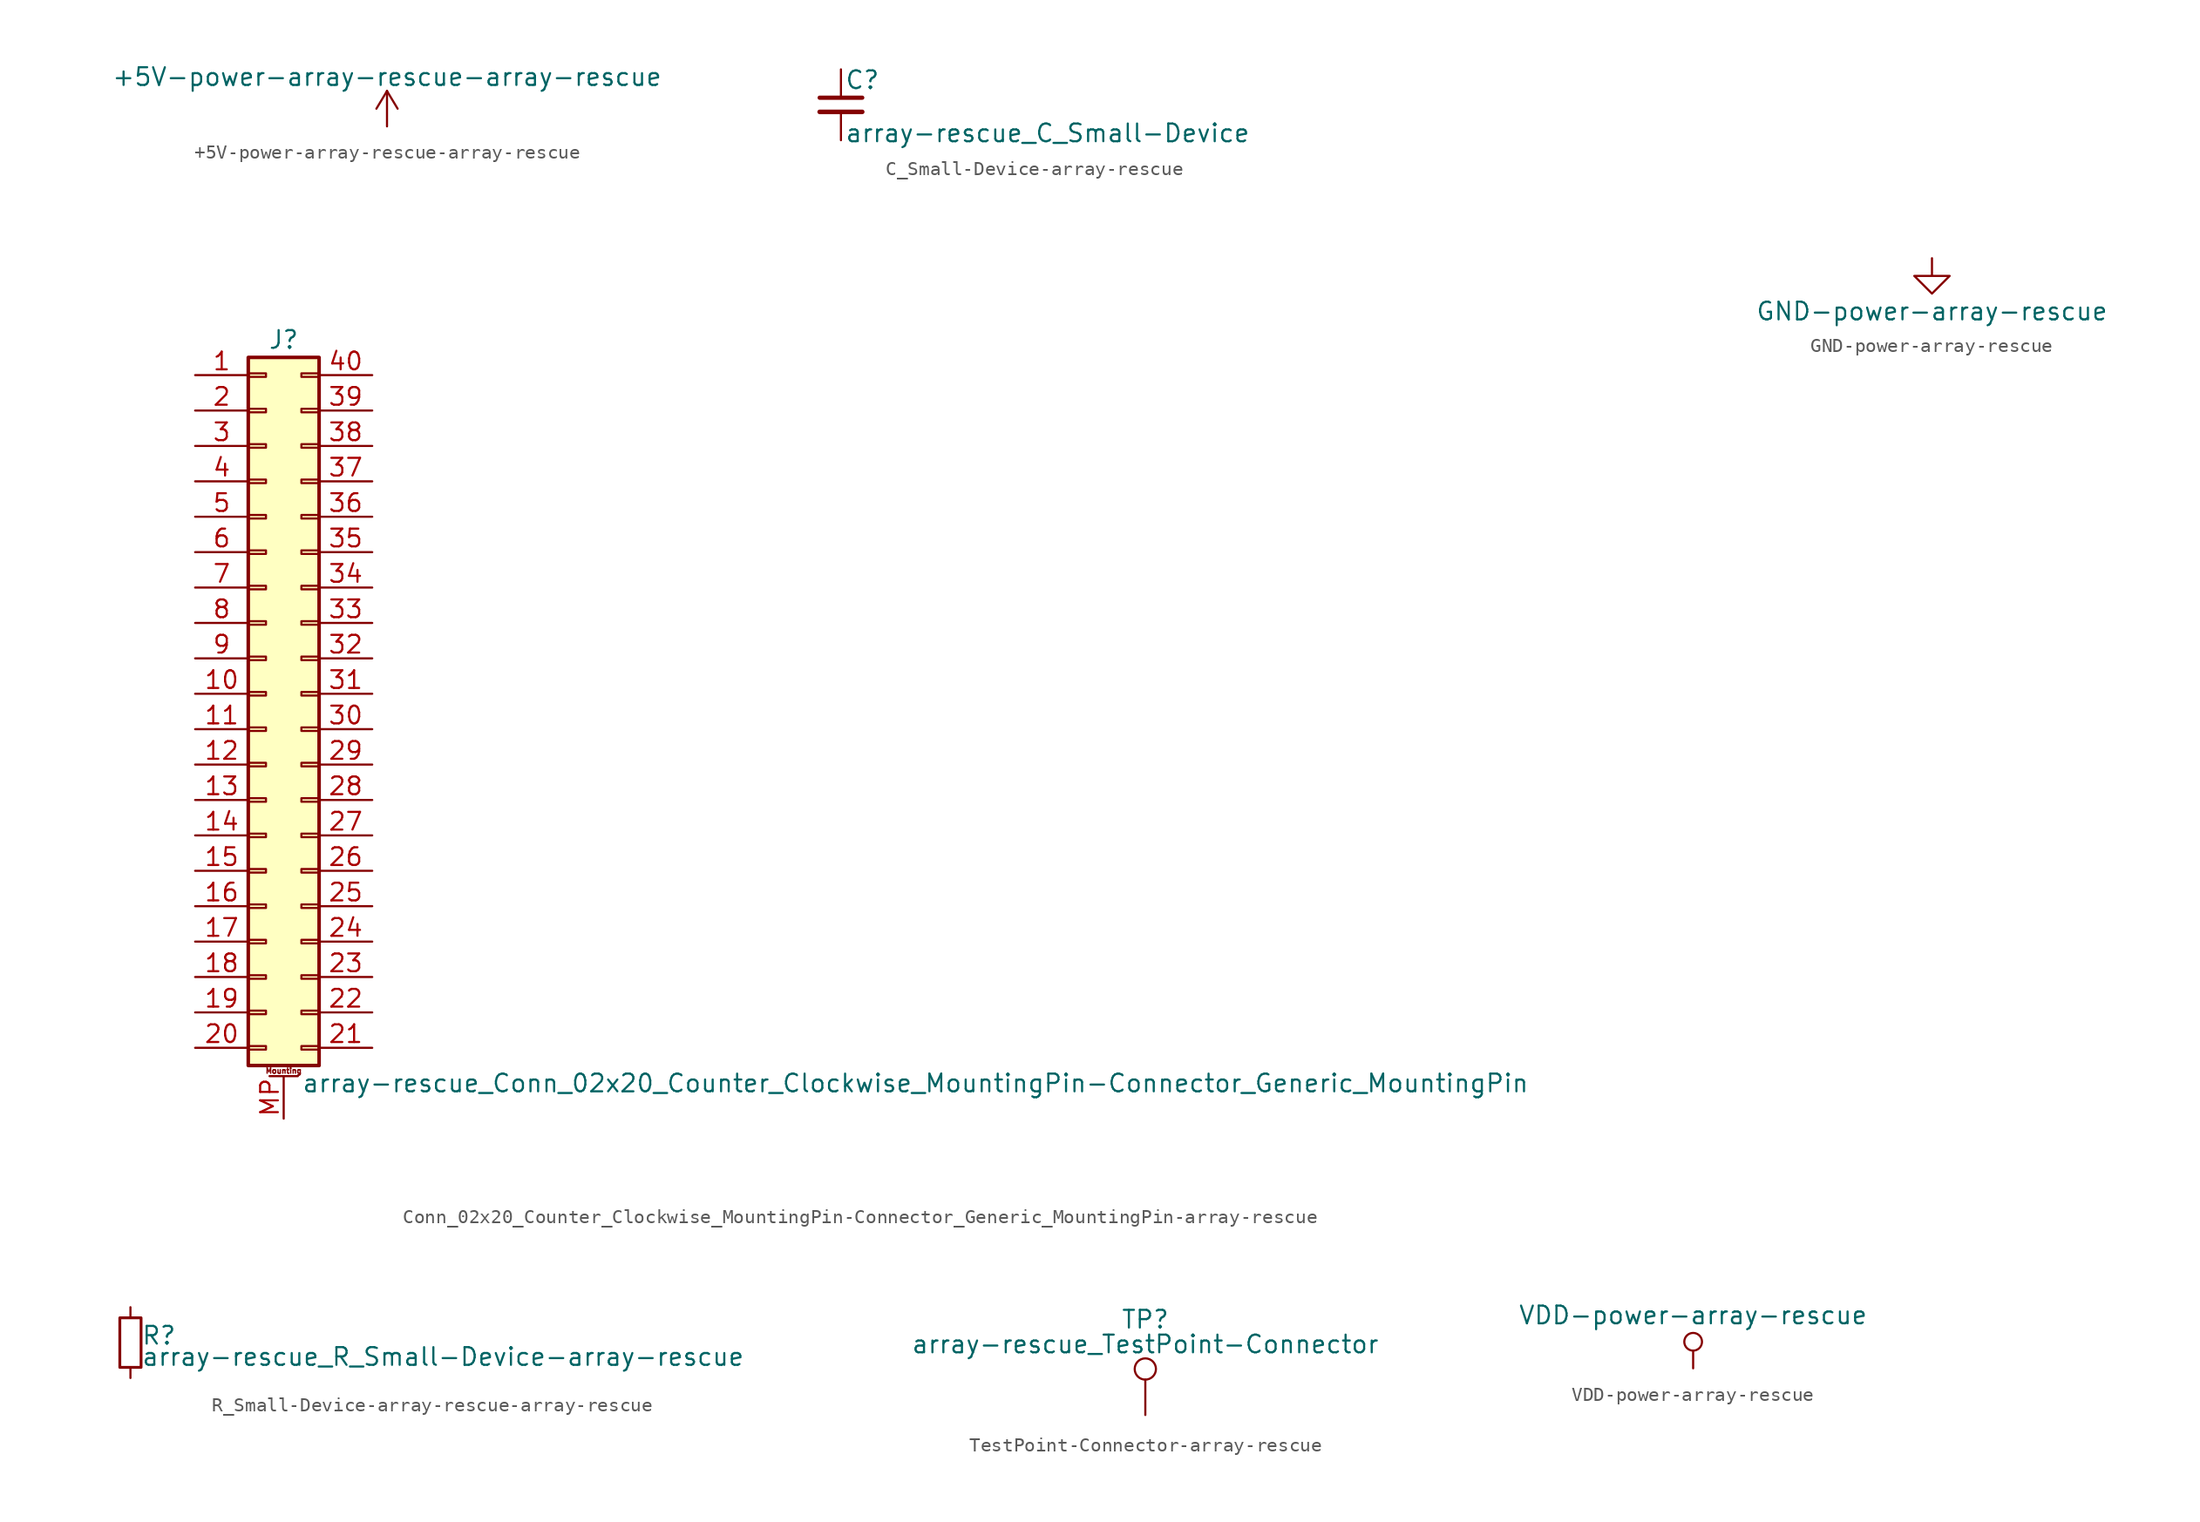
<source format=kicad_sym>
(kicad_symbol_lib
  (version 20220914)
  (generator kicad_symbol_editor)
  (symbol "+5V-power-array-rescue-array-rescue"
    (power)
    (pin_names
      (offset 0))
    (property "Reference" "#PWR"
      (at 0 -3.81 0)
      (effects (font (size 1.27 1.27)) hide))
    (property "Value" "+5V-power-array-rescue-array-rescue"
      (at 0 3.556 0)
      (effects (font (size 1.27 1.27))))
    (symbol "+5V-power-array-rescue-array-rescue_0_1"
      (polyline (pts (xy -0.762 1.27) (xy 0 2.54)) (stroke (width 0) (type solid)) (fill (type none)))
      (polyline (pts (xy 0 0) (xy 0 2.54)) (stroke (width 0) (type solid)) (fill (type none)))
      (polyline (pts (xy 0 2.54) (xy 0.762 1.27)) (stroke (width 0) (type solid)) (fill (type none))))
    (symbol "+5V-power-array-rescue-array-rescue_1_1"
      (pin power_in line (at 0 0 90) (length 0) hide (name "+5V" (effects (font (size 1.27 1.27)))) (number "1" (effects (font (size 1.27 1.27)))))))
  (symbol "C_Small-Device-array-rescue"
    (pin_numbers hide)
    (pin_names
      (offset 0.254) hide)
    (property "Reference" "C"
      (at 0.254 1.778 0)
      (effects (font (size 1.27 1.27)) (justify left)))
    (property "Value" "array-rescue_C_Small-Device"
      (at 0.254 -2.032 0)
      (effects (font (size 1.27 1.27)) (justify left)))
    (symbol "C_Small-Device-array-rescue_0_1"
      (polyline (pts (xy -1.524 -0.508) (xy 1.524 -0.508)) (stroke (width 0.33) (type solid)) (fill (type none)))
      (polyline (pts (xy -1.524 0.508) (xy 1.524 0.508)) (stroke (width 0.305) (type solid)) (fill (type none))))
    (symbol "C_Small-Device-array-rescue_1_1"
      (pin passive line (at 0 2.54 270) (length 2.032) (name "~" (effects (font (size 1.27 1.27)))) (number "1" (effects (font (size 1.27 1.27)))))
      (pin passive line (at 0 -2.54 90) (length 2.032) (name "~" (effects (font (size 1.27 1.27)))) (number "2" (effects (font (size 1.27 1.27)))))))
  (symbol "Conn_02x20_Counter_Clockwise_MountingPin-Connector_Generic_MountingPin-array-rescue"
    (pin_names
      (offset 1.016) hide)
    (property "Reference" "J"
      (at 1.27 25.4 0)
      (effects (font (size 1.27 1.27))))
    (property "Value" "array-rescue_Conn_02x20_Counter_Clockwise_MountingPin-Connector_Generic_MountingPin"
      (at 2.54 -27.94 0)
      (effects (font (size 1.27 1.27)) (justify left)))
    (symbol "Conn_02x20_Counter_Clockwise_MountingPin-Connector_Generic_MountingPin-array-rescue_1_1"
      (rectangle (start -1.27 -25.273) (end 0 -25.527) (stroke (width 0.152) (type solid)) (fill (type none)))
      (rectangle (start -1.27 -22.733) (end 0 -22.987) (stroke (width 0.152) (type solid)) (fill (type none)))
      (rectangle (start -1.27 -20.193) (end 0 -20.447) (stroke (width 0.152) (type solid)) (fill (type none)))
      (rectangle (start -1.27 -17.653) (end 0 -17.907) (stroke (width 0.152) (type solid)) (fill (type none)))
      (rectangle (start -1.27 -15.113) (end 0 -15.367) (stroke (width 0.152) (type solid)) (fill (type none)))
      (rectangle (start -1.27 -12.573) (end 0 -12.827) (stroke (width 0.152) (type solid)) (fill (type none)))
      (rectangle (start -1.27 -10.033) (end 0 -10.287) (stroke (width 0.152) (type solid)) (fill (type none)))
      (rectangle (start -1.27 -7.493) (end 0 -7.747) (stroke (width 0.152) (type solid)) (fill (type none)))
      (rectangle (start -1.27 -4.953) (end 0 -5.207) (stroke (width 0.152) (type solid)) (fill (type none)))
      (rectangle (start -1.27 -2.413) (end 0 -2.667) (stroke (width 0.152) (type solid)) (fill (type none)))
      (rectangle (start -1.27 0.127) (end 0 -0.127) (stroke (width 0.152) (type solid)) (fill (type none)))
      (rectangle (start -1.27 2.667) (end 0 2.413) (stroke (width 0.152) (type solid)) (fill (type none)))
      (rectangle (start -1.27 5.207) (end 0 4.953) (stroke (width 0.152) (type solid)) (fill (type none)))
      (rectangle (start -1.27 7.747) (end 0 7.493) (stroke (width 0.152) (type solid)) (fill (type none)))
      (rectangle (start -1.27 10.287) (end 0 10.033) (stroke (width 0.152) (type solid)) (fill (type none)))
      (rectangle (start -1.27 12.827) (end 0 12.573) (stroke (width 0.152) (type solid)) (fill (type none)))
      (rectangle (start -1.27 15.367) (end 0 15.113) (stroke (width 0.152) (type solid)) (fill (type none)))
      (rectangle (start -1.27 17.907) (end 0 17.653) (stroke (width 0.152) (type solid)) (fill (type none)))
      (rectangle (start -1.27 20.447) (end 0 20.193) (stroke (width 0.152) (type solid)) (fill (type none)))
      (rectangle (start -1.27 22.987) (end 0 22.733) (stroke (width 0.152) (type solid)) (fill (type none)))
      (rectangle (start -1.27 24.13) (end 3.81 -26.67) (stroke (width 0.254) (type solid)) (fill (type background)))
      (polyline (pts (xy 0.254 -27.432) (xy 2.286 -27.432)) (stroke (width 0.152) (type solid)) (fill (type none)))
      (rectangle (start 3.81 -25.273) (end 2.54 -25.527) (stroke (width 0.152) (type solid)) (fill (type none)))
      (rectangle (start 3.81 -22.733) (end 2.54 -22.987) (stroke (width 0.152) (type solid)) (fill (type none)))
      (rectangle (start 3.81 -20.193) (end 2.54 -20.447) (stroke (width 0.152) (type solid)) (fill (type none)))
      (rectangle (start 3.81 -17.653) (end 2.54 -17.907) (stroke (width 0.152) (type solid)) (fill (type none)))
      (rectangle (start 3.81 -15.113) (end 2.54 -15.367) (stroke (width 0.152) (type solid)) (fill (type none)))
      (rectangle (start 3.81 -12.573) (end 2.54 -12.827) (stroke (width 0.152) (type solid)) (fill (type none)))
      (rectangle (start 3.81 -10.033) (end 2.54 -10.287) (stroke (width 0.152) (type solid)) (fill (type none)))
      (rectangle (start 3.81 -7.493) (end 2.54 -7.747) (stroke (width 0.152) (type solid)) (fill (type none)))
      (rectangle (start 3.81 -4.953) (end 2.54 -5.207) (stroke (width 0.152) (type solid)) (fill (type none)))
      (rectangle (start 3.81 -2.413) (end 2.54 -2.667) (stroke (width 0.152) (type solid)) (fill (type none)))
      (rectangle (start 3.81 0.127) (end 2.54 -0.127) (stroke (width 0.152) (type solid)) (fill (type none)))
      (rectangle (start 3.81 2.667) (end 2.54 2.413) (stroke (width 0.152) (type solid)) (fill (type none)))
      (rectangle (start 3.81 5.207) (end 2.54 4.953) (stroke (width 0.152) (type solid)) (fill (type none)))
      (rectangle (start 3.81 7.747) (end 2.54 7.493) (stroke (width 0.152) (type solid)) (fill (type none)))
      (rectangle (start 3.81 10.287) (end 2.54 10.033) (stroke (width 0.152) (type solid)) (fill (type none)))
      (rectangle (start 3.81 12.827) (end 2.54 12.573) (stroke (width 0.152) (type solid)) (fill (type none)))
      (rectangle (start 3.81 15.367) (end 2.54 15.113) (stroke (width 0.152) (type solid)) (fill (type none)))
      (rectangle (start 3.81 17.907) (end 2.54 17.653) (stroke (width 0.152) (type solid)) (fill (type none)))
      (rectangle (start 3.81 20.447) (end 2.54 20.193) (stroke (width 0.152) (type solid)) (fill (type none)))
      (rectangle (start 3.81 22.987) (end 2.54 22.733) (stroke (width 0.152) (type solid)) (fill (type none)))
      (text "Mounting" (at 1.27 -27.051 0) (effects (font (size 0.381 0.381))))
      (pin passive line (at -5.08 22.86 0) (length 3.81) (name "Pin_1" (effects (font (size 1.27 1.27)))) (number "1" (effects (font (size 1.27 1.27)))))
      (pin passive line (at -5.08 0 0) (length 3.81) (name "Pin_10" (effects (font (size 1.27 1.27)))) (number "10" (effects (font (size 1.27 1.27)))))
      (pin passive line (at -5.08 -2.54 0) (length 3.81) (name "Pin_11" (effects (font (size 1.27 1.27)))) (number "11" (effects (font (size 1.27 1.27)))))
      (pin passive line (at -5.08 -5.08 0) (length 3.81) (name "Pin_12" (effects (font (size 1.27 1.27)))) (number "12" (effects (font (size 1.27 1.27)))))
      (pin passive line (at -5.08 -7.62 0) (length 3.81) (name "Pin_13" (effects (font (size 1.27 1.27)))) (number "13" (effects (font (size 1.27 1.27)))))
      (pin passive line (at -5.08 -10.16 0) (length 3.81) (name "Pin_14" (effects (font (size 1.27 1.27)))) (number "14" (effects (font (size 1.27 1.27)))))
      (pin passive line (at -5.08 -12.7 0) (length 3.81) (name "Pin_15" (effects (font (size 1.27 1.27)))) (number "15" (effects (font (size 1.27 1.27)))))
      (pin passive line (at -5.08 -15.24 0) (length 3.81) (name "Pin_16" (effects (font (size 1.27 1.27)))) (number "16" (effects (font (size 1.27 1.27)))))
      (pin passive line (at -5.08 -17.78 0) (length 3.81) (name "Pin_17" (effects (font (size 1.27 1.27)))) (number "17" (effects (font (size 1.27 1.27)))))
      (pin passive line (at -5.08 -20.32 0) (length 3.81) (name "Pin_18" (effects (font (size 1.27 1.27)))) (number "18" (effects (font (size 1.27 1.27)))))
      (pin passive line (at -5.08 -22.86 0) (length 3.81) (name "Pin_19" (effects (font (size 1.27 1.27)))) (number "19" (effects (font (size 1.27 1.27)))))
      (pin passive line (at -5.08 20.32 0) (length 3.81) (name "Pin_2" (effects (font (size 1.27 1.27)))) (number "2" (effects (font (size 1.27 1.27)))))
      (pin passive line (at -5.08 -25.4 0) (length 3.81) (name "Pin_20" (effects (font (size 1.27 1.27)))) (number "20" (effects (font (size 1.27 1.27)))))
      (pin passive line (at 7.62 -25.4 180) (length 3.81) (name "Pin_21" (effects (font (size 1.27 1.27)))) (number "21" (effects (font (size 1.27 1.27)))))
      (pin passive line (at 7.62 -22.86 180) (length 3.81) (name "Pin_22" (effects (font (size 1.27 1.27)))) (number "22" (effects (font (size 1.27 1.27)))))
      (pin passive line (at 7.62 -20.32 180) (length 3.81) (name "Pin_23" (effects (font (size 1.27 1.27)))) (number "23" (effects (font (size 1.27 1.27)))))
      (pin passive line (at 7.62 -17.78 180) (length 3.81) (name "Pin_24" (effects (font (size 1.27 1.27)))) (number "24" (effects (font (size 1.27 1.27)))))
      (pin passive line (at 7.62 -15.24 180) (length 3.81) (name "Pin_25" (effects (font (size 1.27 1.27)))) (number "25" (effects (font (size 1.27 1.27)))))
      (pin passive line (at 7.62 -12.7 180) (length 3.81) (name "Pin_26" (effects (font (size 1.27 1.27)))) (number "26" (effects (font (size 1.27 1.27)))))
      (pin passive line (at 7.62 -10.16 180) (length 3.81) (name "Pin_27" (effects (font (size 1.27 1.27)))) (number "27" (effects (font (size 1.27 1.27)))))
      (pin passive line (at 7.62 -7.62 180) (length 3.81) (name "Pin_28" (effects (font (size 1.27 1.27)))) (number "28" (effects (font (size 1.27 1.27)))))
      (pin passive line (at 7.62 -5.08 180) (length 3.81) (name "Pin_29" (effects (font (size 1.27 1.27)))) (number "29" (effects (font (size 1.27 1.27)))))
      (pin passive line (at -5.08 17.78 0) (length 3.81) (name "Pin_3" (effects (font (size 1.27 1.27)))) (number "3" (effects (font (size 1.27 1.27)))))
      (pin passive line (at 7.62 -2.54 180) (length 3.81) (name "Pin_30" (effects (font (size 1.27 1.27)))) (number "30" (effects (font (size 1.27 1.27)))))
      (pin passive line (at 7.62 0 180) (length 3.81) (name "Pin_31" (effects (font (size 1.27 1.27)))) (number "31" (effects (font (size 1.27 1.27)))))
      (pin passive line (at 7.62 2.54 180) (length 3.81) (name "Pin_32" (effects (font (size 1.27 1.27)))) (number "32" (effects (font (size 1.27 1.27)))))
      (pin passive line (at 7.62 5.08 180) (length 3.81) (name "Pin_33" (effects (font (size 1.27 1.27)))) (number "33" (effects (font (size 1.27 1.27)))))
      (pin passive line (at 7.62 7.62 180) (length 3.81) (name "Pin_34" (effects (font (size 1.27 1.27)))) (number "34" (effects (font (size 1.27 1.27)))))
      (pin passive line (at 7.62 10.16 180) (length 3.81) (name "Pin_35" (effects (font (size 1.27 1.27)))) (number "35" (effects (font (size 1.27 1.27)))))
      (pin passive line (at 7.62 12.7 180) (length 3.81) (name "Pin_36" (effects (font (size 1.27 1.27)))) (number "36" (effects (font (size 1.27 1.27)))))
      (pin passive line (at 7.62 15.24 180) (length 3.81) (name "Pin_37" (effects (font (size 1.27 1.27)))) (number "37" (effects (font (size 1.27 1.27)))))
      (pin passive line (at 7.62 17.78 180) (length 3.81) (name "Pin_38" (effects (font (size 1.27 1.27)))) (number "38" (effects (font (size 1.27 1.27)))))
      (pin passive line (at 7.62 20.32 180) (length 3.81) (name "Pin_39" (effects (font (size 1.27 1.27)))) (number "39" (effects (font (size 1.27 1.27)))))
      (pin passive line (at -5.08 15.24 0) (length 3.81) (name "Pin_4" (effects (font (size 1.27 1.27)))) (number "4" (effects (font (size 1.27 1.27)))))
      (pin passive line (at 7.62 22.86 180) (length 3.81) (name "Pin_40" (effects (font (size 1.27 1.27)))) (number "40" (effects (font (size 1.27 1.27)))))
      (pin passive line (at -5.08 12.7 0) (length 3.81) (name "Pin_5" (effects (font (size 1.27 1.27)))) (number "5" (effects (font (size 1.27 1.27)))))
      (pin passive line (at -5.08 10.16 0) (length 3.81) (name "Pin_6" (effects (font (size 1.27 1.27)))) (number "6" (effects (font (size 1.27 1.27)))))
      (pin passive line (at -5.08 7.62 0) (length 3.81) (name "Pin_7" (effects (font (size 1.27 1.27)))) (number "7" (effects (font (size 1.27 1.27)))))
      (pin passive line (at -5.08 5.08 0) (length 3.81) (name "Pin_8" (effects (font (size 1.27 1.27)))) (number "8" (effects (font (size 1.27 1.27)))))
      (pin passive line (at -5.08 2.54 0) (length 3.81) (name "Pin_9" (effects (font (size 1.27 1.27)))) (number "9" (effects (font (size 1.27 1.27)))))
      (pin passive line (at 1.27 -30.48 90) (length 3.048) (name "MountPin" (effects (font (size 1.27 1.27)))) (number "MP" (effects (font (size 1.27 1.27)))))))
  (symbol "GND-power-array-rescue"
    (power)
    (pin_names
      (offset 0))
    (property "Reference" "#PWR"
      (at 0 -6.35 0)
      (effects (font (size 1.27 1.27)) hide))
    (property "Value" "GND-power-array-rescue"
      (at 0 -3.81 0)
      (effects (font (size 1.27 1.27))))
    (symbol "GND-power-array-rescue_0_1"
      (polyline (pts (xy 0 0) (xy 0 -1.27) (xy 1.27 -1.27) (xy 0 -2.54) (xy -1.27 -1.27) (xy 0 -1.27)) (stroke (width 0) (type solid)) (fill (type none))))
    (symbol "GND-power-array-rescue_1_1"
      (pin power_in line (at 0 0 270) (length 0) hide (name "GND" (effects (font (size 1.27 1.27)))) (number "1" (effects (font (size 1.27 1.27)))))))
  (symbol "R_Small-Device-array-rescue-array-rescue"
    (pin_numbers hide)
    (pin_names
      (offset 0.254) hide)
    (property "Reference" "R"
      (at 0.762 0.508 0)
      (effects (font (size 1.27 1.27)) (justify left)))
    (property "Value" "array-rescue_R_Small-Device-array-rescue"
      (at 0.762 -1.016 0)
      (effects (font (size 1.27 1.27)) (justify left)))
    (symbol "R_Small-Device-array-rescue-array-rescue_0_1"
      (rectangle (start -0.762 1.778) (end 0.762 -1.778) (stroke (width 0.203) (type solid)) (fill (type none))))
    (symbol "R_Small-Device-array-rescue-array-rescue_1_1"
      (pin passive line (at 0 2.54 270) (length 0.762) (name "~" (effects (font (size 1.27 1.27)))) (number "1" (effects (font (size 1.27 1.27)))))
      (pin passive line (at 0 -2.54 90) (length 0.762) (name "~" (effects (font (size 1.27 1.27)))) (number "2" (effects (font (size 1.27 1.27)))))))
  (symbol "TestPoint-Connector-array-rescue"
    (pin_numbers hide)
    (pin_names
      (offset 0.762) hide)
    (property "Reference" "TP"
      (at 0 6.858 0)
      (effects (font (size 1.27 1.27))))
    (property "Value" "array-rescue_TestPoint-Connector"
      (at 0 5.08 0)
      (effects (font (size 1.27 1.27))))
    (symbol "TestPoint-Connector-array-rescue_0_1"
      (circle (center 0 3.302) (radius 0.762) (stroke (width 0) (type solid)) (fill (type none))))
    (symbol "TestPoint-Connector-array-rescue_1_1"
      (pin passive line (at 0 0 90) (length 2.54) (name "1" (effects (font (size 1.27 1.27)))) (number "1" (effects (font (size 1.27 1.27)))))))
  (symbol "VDD-power-array-rescue"
    (power)
    (pin_names
      (offset 0))
    (property "Reference" "#PWR"
      (at 0 -3.81 0)
      (effects (font (size 1.27 1.27)) hide))
    (property "Value" "VDD-power-array-rescue"
      (at 0 3.81 0)
      (effects (font (size 1.27 1.27))))
    (symbol "VDD-power-array-rescue_0_1"
      (polyline (pts (xy 0 0) (xy 0 1.27)) (stroke (width 0) (type solid)) (fill (type none)))
      (circle (center 0 1.905) (radius 0.635) (stroke (width 0) (type solid)) (fill (type none))))
    (symbol "VDD-power-array-rescue_1_1"
      (pin power_in line (at 0 0 90) (length 0) hide (name "VDD" (effects (font (size 1.27 1.27)))) (number "1" (effects (font (size 1.27 1.27))))))))
</source>
